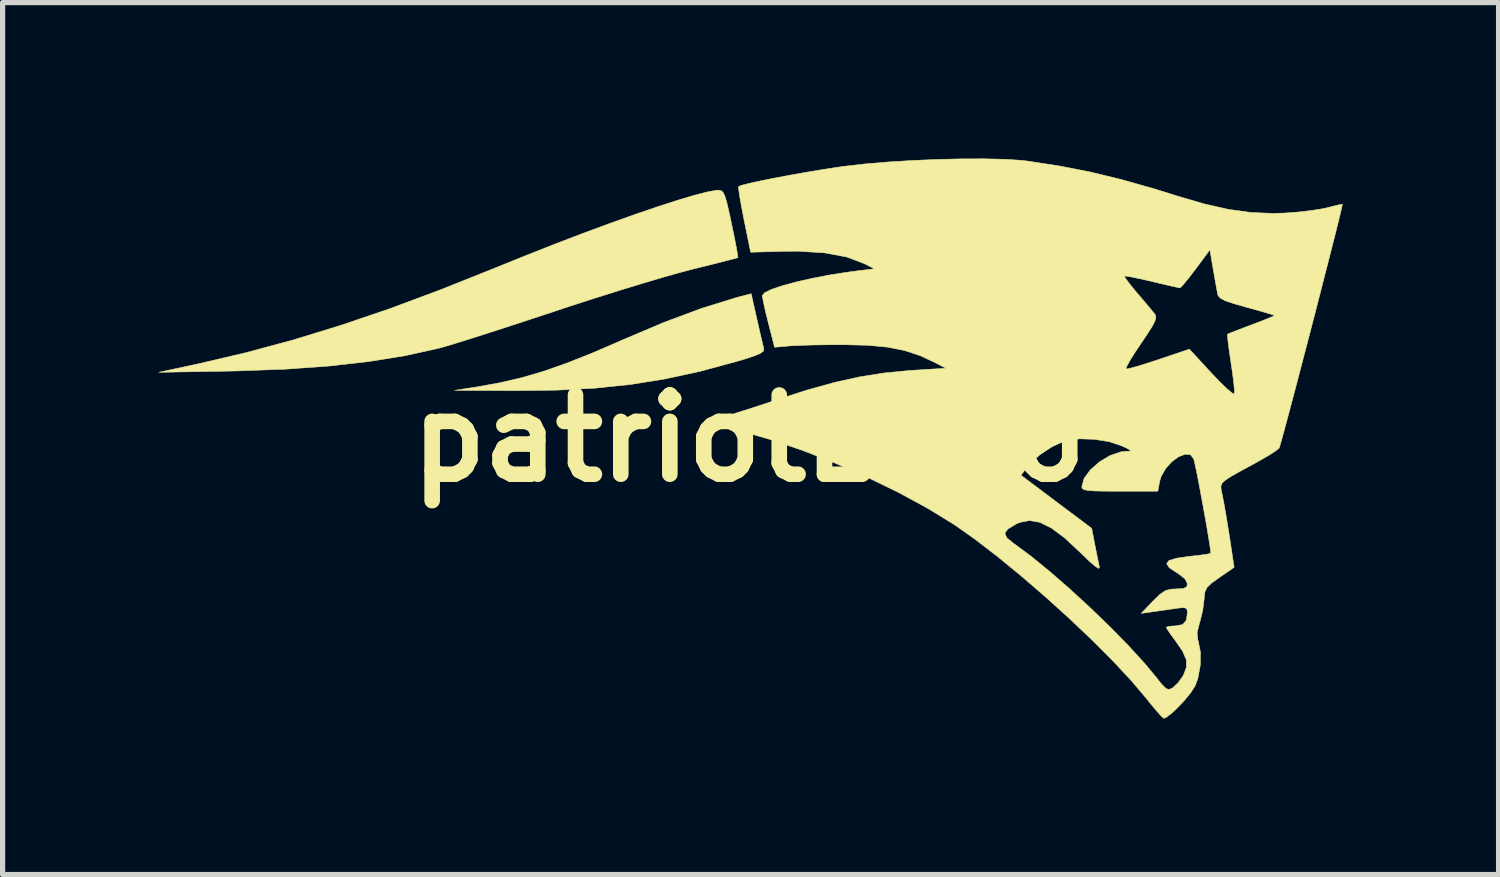
<source format=kicad_pcb>
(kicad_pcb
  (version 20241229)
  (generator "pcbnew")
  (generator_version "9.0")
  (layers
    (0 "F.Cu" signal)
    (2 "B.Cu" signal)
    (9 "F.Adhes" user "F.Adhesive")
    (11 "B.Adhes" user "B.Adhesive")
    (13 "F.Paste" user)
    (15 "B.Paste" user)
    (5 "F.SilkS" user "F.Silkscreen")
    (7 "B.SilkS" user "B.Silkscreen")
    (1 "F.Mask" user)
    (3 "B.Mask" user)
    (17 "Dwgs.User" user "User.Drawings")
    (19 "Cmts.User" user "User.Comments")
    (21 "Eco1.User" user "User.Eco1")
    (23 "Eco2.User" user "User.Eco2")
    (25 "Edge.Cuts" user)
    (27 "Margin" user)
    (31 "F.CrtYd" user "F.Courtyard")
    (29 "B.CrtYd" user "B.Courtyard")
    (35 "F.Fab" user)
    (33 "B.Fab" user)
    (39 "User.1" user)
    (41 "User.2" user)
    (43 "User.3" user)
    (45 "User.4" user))
  (footprint "patriotLogo"
    (layer "F.Cu")
    (at 11.359 5.383)
    (property "Reference" "patriotLogo" (at 0 0 0) (layer "F.SilkS") (effects (font (size 1.524 1.524) (thickness 0.3))))
    (attr through_hole)
    (fp_poly (pts (xy 0.151 -2.293) (xy 0.201 -2.075) (xy 0.244 -1.888) (xy 0.275 -1.759) (xy 0.284 -1.721) (xy 0.276 -1.679) (xy 0.217 -1.635) (xy 0.093 -1.584) (xy -0.109 -1.518) (xy -0.24 -1.48) (xy -0.942 -1.29) (xy -1.613 -1.144) (xy -2.279 -1.037) (xy -2.967 -0.966) (xy -3.701 -0.928) (xy -4.47 -0.919) (xy -5.664 -0.924) (xy -5.213 -0.994) (xy -4.788 -1.071) (xy -4.375 -1.167) (xy -3.955 -1.29) (xy -3.51 -1.446) (xy -3.018 -1.641) (xy -2.46 -1.882) (xy -2.427 -1.897) (xy -1.636 -2.232) (xy -0.914 -2.501) (xy -0.255 -2.705) (xy -0.145 -2.735) (xy 0.041 -2.783) (xy 0.151 -2.293)) (stroke (width 0.01) (type solid)) (fill yes) (layer "F.SilkS"))
    (fp_poly (pts (xy -0.538 -4.767) (xy -0.499 -4.733) (xy -0.463 -4.656) (xy -0.424 -4.521) (xy -0.376 -4.313) (xy -0.338 -4.133) (xy -0.288 -3.892) (xy -0.248 -3.69) (xy -0.223 -3.546) (xy -0.214 -3.48) (xy -0.215 -3.478) (xy -0.266 -3.462) (xy -0.4 -3.427) (xy -0.601 -3.376) (xy -0.851 -3.313) (xy -1.092 -3.254) (xy -1.349 -3.186) (xy -1.683 -3.091) (xy -2.077 -2.974) (xy -2.511 -2.841) (xy -2.969 -2.697) (xy -3.43 -2.548) (xy -3.759 -2.439) (xy -4.186 -2.298) (xy -4.6 -2.162) (xy -4.986 -2.037) (xy -5.33 -1.927) (xy -5.619 -1.837) (xy -5.839 -1.77) (xy -5.969 -1.734) (xy -6.616 -1.591) (xy -7.315 -1.478) (xy -8.078 -1.392) (xy -8.914 -1.332) (xy -9.836 -1.298) (xy -10.033 -1.294) (xy -11.354 -1.271) (xy -10.566 -1.441) (xy -9.667 -1.652) (xy -8.769 -1.894) (xy -7.856 -2.174) (xy -6.909 -2.496) (xy -5.914 -2.867) (xy -4.853 -3.291) (xy -4.835 -3.298) (xy -4.28 -3.523) (xy -3.729 -3.74) (xy -3.191 -3.946) (xy -2.676 -4.136) (xy -2.195 -4.308) (xy -1.755 -4.458) (xy -1.368 -4.583) (xy -1.043 -4.68) (xy -0.789 -4.744) (xy -0.617 -4.774) (xy -0.585 -4.775) (xy -0.538 -4.767)) (stroke (width 0.01) (type solid)) (fill yes) (layer "F.SilkS"))
    (fp_poly (pts (xy 4.917 -5.369) (xy 5.233 -5.349) (xy 5.346 -5.336) (xy 5.967 -5.241) (xy 6.563 -5.125) (xy 7.165 -4.979) (xy 7.806 -4.797) (xy 8.212 -4.67) (xy 8.746 -4.513) (xy 9.218 -4.406) (xy 9.652 -4.346) (xy 10.073 -4.328) (xy 10.312 -4.335) (xy 10.572 -4.355) (xy 10.828 -4.385) (xy 11.041 -4.419) (xy 11.125 -4.438) (xy 11.278 -4.477) (xy 11.383 -4.501) (xy 11.413 -4.504) (xy 11.404 -4.454) (xy 11.372 -4.317) (xy 11.32 -4.105) (xy 11.251 -3.83) (xy 11.168 -3.503) (xy 11.074 -3.137) (xy 10.973 -2.742) (xy 10.867 -2.331) (xy 10.759 -1.915) (xy 10.652 -1.506) (xy 10.55 -1.115) (xy 10.455 -0.755) (xy 10.37 -0.436) (xy 10.299 -0.171) (xy 10.244 0.029) (xy 10.209 0.152) (xy 10.197 0.187) (xy 10.138 0.235) (xy 10.011 0.318) (xy 9.836 0.42) (xy 9.715 0.487) (xy 9.459 0.626) (xy 9.279 0.727) (xy 9.164 0.801) (xy 9.1 0.861) (xy 9.076 0.919) (xy 9.081 0.985) (xy 9.1 1.072) (xy 9.102 1.082) (xy 9.129 1.219) (xy 9.166 1.427) (xy 9.207 1.675) (xy 9.241 1.888) (xy 9.331 2.481) (xy 9.047 2.676) (xy 8.895 2.785) (xy 8.809 2.868) (xy 8.769 2.952) (xy 8.755 3.068) (xy 8.753 3.1) (xy 8.728 3.302) (xy 8.678 3.509) (xy 8.666 3.545) (xy 8.619 3.733) (xy 8.632 3.876) (xy 8.638 3.891) (xy 8.683 4.111) (xy 8.679 4.372) (xy 8.631 4.626) (xy 8.581 4.759) (xy 8.505 4.88) (xy 8.389 5.024) (xy 8.256 5.168) (xy 8.126 5.29) (xy 8.022 5.368) (xy 7.978 5.385) (xy 7.934 5.347) (xy 7.843 5.246) (xy 7.72 5.099) (xy 7.628 4.984) (xy 7.349 4.655) (xy 7.002 4.283) (xy 6.602 3.882) (xy 6.165 3.467) (xy 5.706 3.052) (xy 5.241 2.651) (xy 4.785 2.277) (xy 4.355 1.946) (xy 4.18 1.822) (xy 4.92 1.822) (xy 4.954 1.908) (xy 5.081 2.015) (xy 5.115 2.038) (xy 5.429 2.271) (xy 5.789 2.565) (xy 6.175 2.901) (xy 6.569 3.264) (xy 6.952 3.634) (xy 7.305 3.995) (xy 7.61 4.329) (xy 7.819 4.58) (xy 7.937 4.728) (xy 8.015 4.807) (xy 8.072 4.831) (xy 8.129 4.811) (xy 8.154 4.795) (xy 8.254 4.701) (xy 8.349 4.567) (xy 8.357 4.553) (xy 8.414 4.402) (xy 8.41 4.256) (xy 8.338 4.09) (xy 8.205 3.898) (xy 8.109 3.767) (xy 8.044 3.67) (xy 8.026 3.635) (xy 8.071 3.616) (xy 8.18 3.607) (xy 8.199 3.607) (xy 8.34 3.582) (xy 8.413 3.497) (xy 8.433 3.342) (xy 8.42 3.276) (xy 8.364 3.254) (xy 8.242 3.266) (xy 8.072 3.291) (xy 7.869 3.32) (xy 7.798 3.33) (xy 7.544 3.366) (xy 7.77 3.131) (xy 7.905 2.999) (xy 8.009 2.928) (xy 8.117 2.9) (xy 8.215 2.896) (xy 8.354 2.888) (xy 8.418 2.857) (xy 8.433 2.797) (xy 8.386 2.702) (xy 8.253 2.598) (xy 8.228 2.584) (xy 8.083 2.487) (xy 8.033 2.41) (xy 8.077 2.35) (xy 8.22 2.305) (xy 8.456 2.271) (xy 8.648 2.25) (xy 8.796 2.23) (xy 8.875 2.213) (xy 8.881 2.21) (xy 8.878 2.158) (xy 8.859 2.025) (xy 8.827 1.83) (xy 8.787 1.594) (xy 8.74 1.336) (xy 8.692 1.074) (xy 8.646 0.828) (xy 8.604 0.618) (xy 8.571 0.462) (xy 8.553 0.394) (xy 8.492 0.314) (xy 8.389 0.305) (xy 8.263 0.353) (xy 8.132 0.448) (xy 8.015 0.578) (xy 7.928 0.729) (xy 7.898 0.829) (xy 7.863 1.016) (xy 7.132 1.016) (xy 6.845 1.015) (xy 6.644 1.011) (xy 6.514 1.001) (xy 6.441 0.985) (xy 6.408 0.96) (xy 6.401 0.926) (xy 6.446 0.768) (xy 6.567 0.604) (xy 6.74 0.452) (xy 6.942 0.331) (xy 7.149 0.26) (xy 7.242 0.25) (xy 7.324 0.244) (xy 7.334 0.227) (xy 7.264 0.188) (xy 7.163 0.141) (xy 6.926 0.063) (xy 6.645 0.018) (xy 6.363 0.008) (xy 6.119 0.037) (xy 6.065 0.052) (xy 5.832 0.158) (xy 5.595 0.314) (xy 5.398 0.491) (xy 5.34 0.561) (xy 5.231 0.709) (xy 5.911 1.22) (xy 6.591 1.73) (xy 6.652 2.046) (xy 6.689 2.233) (xy 6.722 2.393) (xy 6.74 2.476) (xy 6.726 2.502) (xy 6.654 2.457) (xy 6.52 2.339) (xy 6.368 2.191) (xy 6.073 1.916) (xy 5.819 1.726) (xy 5.596 1.615) (xy 5.395 1.58) (xy 5.207 1.616) (xy 5.137 1.648) (xy 4.981 1.741) (xy 4.92 1.822) (xy 4.18 1.822) (xy 3.966 1.671) (xy 3.937 1.652) (xy 3.433 1.343) (xy 2.871 1.038) (xy 2.271 0.746) (xy 1.653 0.475) (xy 1.037 0.234) (xy 0.444 0.031) (xy -0.108 -0.126) (xy -0.557 -0.221) (xy -0.757 -0.259) (xy -0.858 -0.291) (xy -0.861 -0.321) (xy -0.77 -0.352) (xy -0.636 -0.379) (xy -0.525 -0.406) (xy -0.337 -0.461) (xy -0.09 -0.538) (xy 0.197 -0.63) (xy 0.505 -0.733) (xy 0.531 -0.742) (xy 1.119 -0.931) (xy 1.643 -1.076) (xy 2.128 -1.184) (xy 2.598 -1.258) (xy 3.079 -1.305) (xy 3.182 -1.312) (xy 3.785 -1.349) (xy 3.581 -1.457) (xy 3.29 -1.592) (xy 2.993 -1.69) (xy 2.665 -1.755) (xy 2.285 -1.791) (xy 1.829 -1.802) (xy 1.53 -1.801) (xy 1.244 -1.797) (xy 0.997 -1.79) (xy 0.814 -1.782) (xy 0.766 -1.778) (xy 0.491 -1.753) (xy 0.374 -2.21) (xy 0.322 -2.42) (xy 0.281 -2.6) (xy 0.258 -2.721) (xy 0.255 -2.75) (xy 0.303 -2.804) (xy 0.436 -2.868) (xy 0.642 -2.937) (xy 0.905 -3.009) (xy 1.211 -3.078) (xy 1.44 -3.122) (xy 7.22 -3.122) (xy 7.242 -3.078) (xy 7.317 -2.977) (xy 7.43 -2.837) (xy 7.476 -2.784) (xy 7.611 -2.625) (xy 7.726 -2.488) (xy 7.8 -2.398) (xy 7.81 -2.385) (xy 7.827 -2.336) (xy 7.81 -2.262) (xy 7.751 -2.147) (xy 7.642 -1.978) (xy 7.54 -1.827) (xy 7.413 -1.637) (xy 7.316 -1.48) (xy 7.259 -1.374) (xy 7.251 -1.334) (xy 7.312 -1.344) (xy 7.45 -1.381) (xy 7.643 -1.44) (xy 7.872 -1.515) (xy 7.881 -1.518) (xy 8.47 -1.716) (xy 8.894 -1.257) (xy 9.056 -1.087) (xy 9.193 -0.955) (xy 9.29 -0.874) (xy 9.335 -0.854) (xy 9.336 -0.856) (xy 9.337 -0.928) (xy 9.323 -1.077) (xy 9.297 -1.278) (xy 9.271 -1.453) (xy 9.239 -1.673) (xy 9.215 -1.852) (xy 9.203 -1.97) (xy 9.204 -2.004) (xy 9.255 -2.027) (xy 9.38 -2.076) (xy 9.557 -2.144) (xy 9.665 -2.184) (xy 9.857 -2.257) (xy 10.008 -2.317) (xy 10.095 -2.355) (xy 10.109 -2.364) (xy 10.063 -2.381) (xy 9.939 -2.419) (xy 9.757 -2.471) (xy 9.574 -2.521) (xy 9.328 -2.591) (xy 9.165 -2.646) (xy 9.069 -2.695) (xy 9.024 -2.745) (xy 9.016 -2.768) (xy 8.997 -2.867) (xy 8.967 -3.032) (xy 8.933 -3.229) (xy 8.929 -3.249) (xy 8.865 -3.628) (xy 8.593 -3.262) (xy 8.469 -3.1) (xy 8.367 -2.974) (xy 8.302 -2.904) (xy 8.288 -2.896) (xy 8.228 -2.907) (xy 8.091 -2.937) (xy 7.901 -2.982) (xy 7.747 -3.019) (xy 7.534 -3.068) (xy 7.362 -3.104) (xy 7.25 -3.122) (xy 7.22 -3.122) (xy 1.44 -3.122) (xy 1.546 -3.143) (xy 1.896 -3.198) (xy 2.108 -3.226) (xy 2.412 -3.262) (xy 2.217 -3.362) (xy 1.876 -3.49) (xy 1.447 -3.57) (xy 0.932 -3.601) (xy 0.663 -3.599) (xy 0.031 -3.581) (xy -0.096 -4.203) (xy -0.142 -4.441) (xy -0.177 -4.64) (xy -0.198 -4.781) (xy -0.201 -4.845) (xy -0.2 -4.846) (xy -0.135 -4.871) (xy 0.013 -4.908) (xy 0.228 -4.955) (xy 0.491 -5.008) (xy 0.787 -5.063) (xy 1.098 -5.119) (xy 1.406 -5.17) (xy 1.695 -5.215) (xy 1.847 -5.236) (xy 2.235 -5.28) (xy 2.674 -5.317) (xy 3.143 -5.346) (xy 3.623 -5.366) (xy 4.092 -5.377) (xy 4.53 -5.378) (xy 4.917 -5.369)) (stroke (width 0.01) (type solid)) (fill yes) (layer "F.SilkS")))
  (gr_rect
    (start -3 -3)
    (end 25.777 13.773)
    (stroke (width 0.1) (type default))
    (fill no)
    (layer "Edge.Cuts")))
</source>
